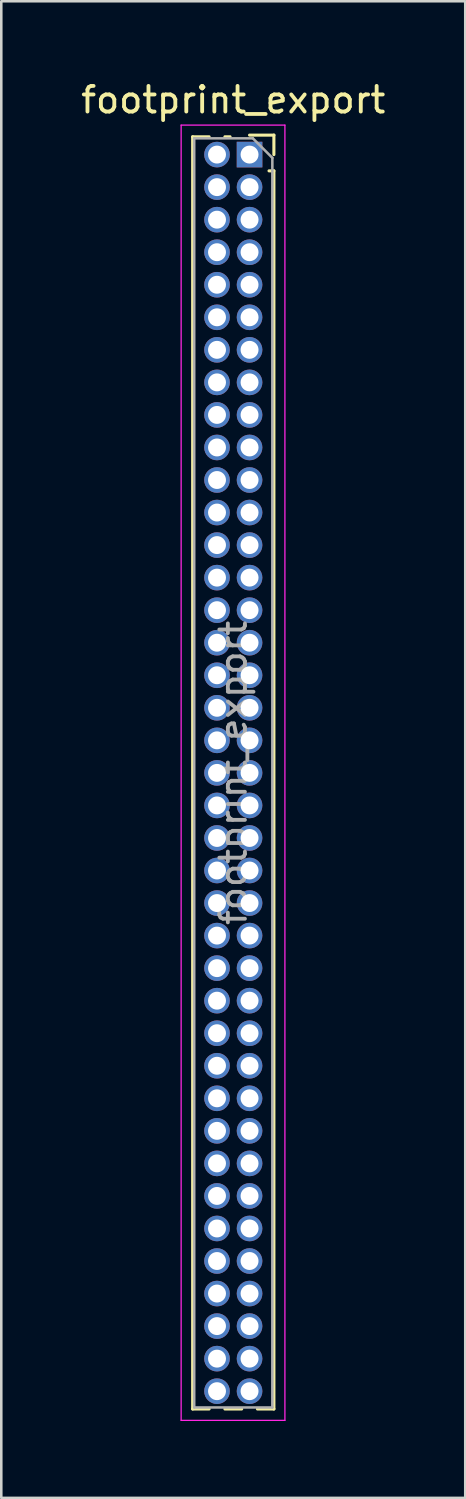
<source format=kicad_pcb>
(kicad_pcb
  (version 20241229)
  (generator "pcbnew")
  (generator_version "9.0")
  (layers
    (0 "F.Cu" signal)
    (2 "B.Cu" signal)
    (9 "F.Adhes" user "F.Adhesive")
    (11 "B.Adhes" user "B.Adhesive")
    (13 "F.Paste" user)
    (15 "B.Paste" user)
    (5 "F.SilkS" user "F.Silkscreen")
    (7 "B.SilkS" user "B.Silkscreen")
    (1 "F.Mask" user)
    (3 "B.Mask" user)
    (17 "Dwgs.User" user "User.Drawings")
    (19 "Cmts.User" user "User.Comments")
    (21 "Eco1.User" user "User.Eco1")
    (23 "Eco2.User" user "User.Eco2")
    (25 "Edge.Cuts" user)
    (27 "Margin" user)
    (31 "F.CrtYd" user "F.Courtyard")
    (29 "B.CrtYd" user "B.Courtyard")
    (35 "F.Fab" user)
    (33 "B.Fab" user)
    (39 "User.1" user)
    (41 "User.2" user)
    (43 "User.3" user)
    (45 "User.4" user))
  (footprint "footprint_export"
    (layer "F.Cu")
    (at 6.689 2.983)
    (property "Reference" "footprint_export" (at -0.635 -2.135 0) (layer "F.SilkS") (effects (font (size 1 1) (thickness 0.15))))
    (attr through_hole)
    (fp_line (start -2.22 -0.695) (end -2.22 48.955) (stroke (width 0.12) (type solid)) (layer "F.SilkS"))
    (fp_line (start -2.22 -0.695) (end -1.578 -0.695) (stroke (width 0.12) (type solid)) (layer "F.SilkS"))
    (fp_line (start -2.22 48.955) (end -1.578 48.955) (stroke (width 0.12) (type solid)) (layer "F.SilkS"))
    (fp_line (start -0.962 -0.695) (end -0.76 -0.695) (stroke (width 0.12) (type solid)) (layer "F.SilkS"))
    (fp_line (start -0.962 48.955) (end -0.308 48.955) (stroke (width 0.12) (type solid)) (layer "F.SilkS"))
    (fp_line (start 0 -0.76) (end 0.95 -0.76) (stroke (width 0.12) (type solid)) (layer "F.SilkS"))
    (fp_line (start 0.308 48.955) (end 0.95 48.955) (stroke (width 0.12) (type solid)) (layer "F.SilkS"))
    (fp_line (start 0.76 0.635) (end 0.95 0.635) (stroke (width 0.12) (type solid)) (layer "F.SilkS"))
    (fp_line (start 0.95 -0.76) (end 0.95 0) (stroke (width 0.12) (type solid)) (layer "F.SilkS"))
    (fp_line (start 0.95 0.635) (end 0.95 48.955) (stroke (width 0.12) (type solid)) (layer "F.SilkS"))
    (fp_line (start -2.67 -1.15) (end 1.38 -1.15) (stroke (width 0.05) (type solid)) (layer "F.CrtYd"))
    (fp_line (start -2.67 49.4) (end -2.67 -1.15) (stroke (width 0.05) (type solid)) (layer "F.CrtYd"))
    (fp_line (start 1.38 -1.15) (end 1.38 49.4) (stroke (width 0.05) (type solid)) (layer "F.CrtYd"))
    (fp_line (start 1.38 49.4) (end -2.67 49.4) (stroke (width 0.05) (type solid)) (layer "F.CrtYd"))
    (fp_line (start -2.16 -0.635) (end 0.128 -0.635) (stroke (width 0.1) (type solid)) (layer "F.Fab"))
    (fp_line (start -2.16 48.895) (end -2.16 -0.635) (stroke (width 0.1) (type solid)) (layer "F.Fab"))
    (fp_line (start 0.128 -0.635) (end 0.89 0.128) (stroke (width 0.1) (type solid)) (layer "F.Fab"))
    (fp_line (start 0.89 0.128) (end 0.89 48.895) (stroke (width 0.1) (type solid)) (layer "F.Fab"))
    (fp_line (start 0.89 48.895) (end -2.16 48.895) (stroke (width 0.1) (type solid)) (layer "F.Fab"))
    (fp_text user "${REFERENCE}" (at -0.635 24.13 90) (layer "F.Fab") (effects (font (size 1 1) (thickness 0.15))))
    (pad "1" thru_hole rect (at 0 0) (size 1 1) (drill 0.7) (layers "*.Cu" "*.Mask"))
    (pad "2" thru_hole oval (at -1.27 0) (size 1 1) (drill 0.7) (layers "*.Cu" "*.Mask"))
    (pad "3" thru_hole oval (at 0 1.27) (size 1 1) (drill 0.7) (layers "*.Cu" "*.Mask"))
    (pad "4" thru_hole oval (at -1.27 1.27) (size 1 1) (drill 0.7) (layers "*.Cu" "*.Mask"))
    (pad "5" thru_hole oval (at 0 2.54) (size 1 1) (drill 0.7) (layers "*.Cu" "*.Mask"))
    (pad "6" thru_hole oval (at -1.27 2.54) (size 1 1) (drill 0.7) (layers "*.Cu" "*.Mask"))
    (pad "7" thru_hole oval (at 0 3.81) (size 1 1) (drill 0.7) (layers "*.Cu" "*.Mask"))
    (pad "8" thru_hole oval (at -1.27 3.81) (size 1 1) (drill 0.7) (layers "*.Cu" "*.Mask"))
    (pad "9" thru_hole oval (at 0 5.08) (size 1 1) (drill 0.7) (layers "*.Cu" "*.Mask"))
    (pad "10" thru_hole oval (at -1.27 5.08) (size 1 1) (drill 0.7) (layers "*.Cu" "*.Mask"))
    (pad "11" thru_hole oval (at 0 6.35) (size 1 1) (drill 0.7) (layers "*.Cu" "*.Mask"))
    (pad "12" thru_hole oval (at -1.27 6.35) (size 1 1) (drill 0.7) (layers "*.Cu" "*.Mask"))
    (pad "13" thru_hole oval (at 0 7.62) (size 1 1) (drill 0.7) (layers "*.Cu" "*.Mask"))
    (pad "14" thru_hole oval (at -1.27 7.62) (size 1 1) (drill 0.7) (layers "*.Cu" "*.Mask"))
    (pad "15" thru_hole oval (at 0 8.89) (size 1 1) (drill 0.7) (layers "*.Cu" "*.Mask"))
    (pad "16" thru_hole oval (at -1.27 8.89) (size 1 1) (drill 0.7) (layers "*.Cu" "*.Mask"))
    (pad "17" thru_hole oval (at 0 10.16) (size 1 1) (drill 0.7) (layers "*.Cu" "*.Mask"))
    (pad "18" thru_hole oval (at -1.27 10.16) (size 1 1) (drill 0.7) (layers "*.Cu" "*.Mask"))
    (pad "19" thru_hole oval (at 0 11.43) (size 1 1) (drill 0.7) (layers "*.Cu" "*.Mask"))
    (pad "20" thru_hole oval (at -1.27 11.43) (size 1 1) (drill 0.7) (layers "*.Cu" "*.Mask"))
    (pad "21" thru_hole oval (at 0 12.7) (size 1 1) (drill 0.7) (layers "*.Cu" "*.Mask"))
    (pad "22" thru_hole oval (at -1.27 12.7) (size 1 1) (drill 0.7) (layers "*.Cu" "*.Mask"))
    (pad "23" thru_hole oval (at 0 13.97) (size 1 1) (drill 0.7) (layers "*.Cu" "*.Mask"))
    (pad "24" thru_hole oval (at -1.27 13.97) (size 1 1) (drill 0.7) (layers "*.Cu" "*.Mask"))
    (pad "25" thru_hole oval (at 0 15.24) (size 1 1) (drill 0.7) (layers "*.Cu" "*.Mask"))
    (pad "26" thru_hole oval (at -1.27 15.24) (size 1 1) (drill 0.7) (layers "*.Cu" "*.Mask"))
    (pad "27" thru_hole oval (at 0 16.51) (size 1 1) (drill 0.7) (layers "*.Cu" "*.Mask"))
    (pad "28" thru_hole oval (at -1.27 16.51) (size 1 1) (drill 0.7) (layers "*.Cu" "*.Mask"))
    (pad "29" thru_hole oval (at 0 17.78) (size 1 1) (drill 0.7) (layers "*.Cu" "*.Mask"))
    (pad "30" thru_hole oval (at -1.27 17.78) (size 1 1) (drill 0.7) (layers "*.Cu" "*.Mask"))
    (pad "31" thru_hole oval (at 0 19.05) (size 1 1) (drill 0.7) (layers "*.Cu" "*.Mask"))
    (pad "32" thru_hole oval (at -1.27 19.05) (size 1 1) (drill 0.7) (layers "*.Cu" "*.Mask"))
    (pad "33" thru_hole oval (at 0 20.32) (size 1 1) (drill 0.7) (layers "*.Cu" "*.Mask"))
    (pad "34" thru_hole oval (at -1.27 20.32) (size 1 1) (drill 0.7) (layers "*.Cu" "*.Mask"))
    (pad "35" thru_hole oval (at 0 21.59) (size 1 1) (drill 0.7) (layers "*.Cu" "*.Mask"))
    (pad "36" thru_hole oval (at -1.27 21.59) (size 1 1) (drill 0.7) (layers "*.Cu" "*.Mask"))
    (pad "37" thru_hole oval (at 0 22.86) (size 1 1) (drill 0.7) (layers "*.Cu" "*.Mask"))
    (pad "38" thru_hole oval (at -1.27 22.86) (size 1 1) (drill 0.7) (layers "*.Cu" "*.Mask"))
    (pad "39" thru_hole oval (at 0 24.13) (size 1 1) (drill 0.7) (layers "*.Cu" "*.Mask"))
    (pad "40" thru_hole oval (at -1.27 24.13) (size 1 1) (drill 0.7) (layers "*.Cu" "*.Mask"))
    (pad "41" thru_hole oval (at 0 25.4) (size 1 1) (drill 0.7) (layers "*.Cu" "*.Mask"))
    (pad "42" thru_hole oval (at -1.27 25.4) (size 1 1) (drill 0.7) (layers "*.Cu" "*.Mask"))
    (pad "43" thru_hole oval (at 0 26.67) (size 1 1) (drill 0.7) (layers "*.Cu" "*.Mask"))
    (pad "44" thru_hole oval (at -1.27 26.67) (size 1 1) (drill 0.7) (layers "*.Cu" "*.Mask"))
    (pad "45" thru_hole oval (at 0 27.94) (size 1 1) (drill 0.7) (layers "*.Cu" "*.Mask"))
    (pad "46" thru_hole oval (at -1.27 27.94) (size 1 1) (drill 0.7) (layers "*.Cu" "*.Mask"))
    (pad "47" thru_hole oval (at 0 29.21) (size 1 1) (drill 0.7) (layers "*.Cu" "*.Mask"))
    (pad "48" thru_hole oval (at -1.27 29.21) (size 1 1) (drill 0.7) (layers "*.Cu" "*.Mask"))
    (pad "49" thru_hole oval (at 0 30.48) (size 1 1) (drill 0.7) (layers "*.Cu" "*.Mask"))
    (pad "50" thru_hole oval (at -1.27 30.48) (size 1 1) (drill 0.7) (layers "*.Cu" "*.Mask"))
    (pad "51" thru_hole oval (at 0 31.75) (size 1 1) (drill 0.7) (layers "*.Cu" "*.Mask"))
    (pad "52" thru_hole oval (at -1.27 31.75) (size 1 1) (drill 0.7) (layers "*.Cu" "*.Mask"))
    (pad "53" thru_hole oval (at 0 33.02) (size 1 1) (drill 0.7) (layers "*.Cu" "*.Mask"))
    (pad "54" thru_hole oval (at -1.27 33.02) (size 1 1) (drill 0.7) (layers "*.Cu" "*.Mask"))
    (pad "55" thru_hole oval (at 0 34.29) (size 1 1) (drill 0.7) (layers "*.Cu" "*.Mask"))
    (pad "56" thru_hole oval (at -1.27 34.29) (size 1 1) (drill 0.7) (layers "*.Cu" "*.Mask"))
    (pad "57" thru_hole oval (at 0 35.56) (size 1 1) (drill 0.7) (layers "*.Cu" "*.Mask"))
    (pad "58" thru_hole oval (at -1.27 35.56) (size 1 1) (drill 0.7) (layers "*.Cu" "*.Mask"))
    (pad "59" thru_hole oval (at 0 36.83) (size 1 1) (drill 0.7) (layers "*.Cu" "*.Mask"))
    (pad "60" thru_hole oval (at -1.27 36.83) (size 1 1) (drill 0.7) (layers "*.Cu" "*.Mask"))
    (pad "61" thru_hole oval (at 0 38.1) (size 1 1) (drill 0.7) (layers "*.Cu" "*.Mask"))
    (pad "62" thru_hole oval (at -1.27 38.1) (size 1 1) (drill 0.7) (layers "*.Cu" "*.Mask"))
    (pad "63" thru_hole oval (at 0 39.37) (size 1 1) (drill 0.7) (layers "*.Cu" "*.Mask"))
    (pad "64" thru_hole oval (at -1.27 39.37) (size 1 1) (drill 0.7) (layers "*.Cu" "*.Mask"))
    (pad "65" thru_hole oval (at 0 40.64) (size 1 1) (drill 0.7) (layers "*.Cu" "*.Mask"))
    (pad "66" thru_hole oval (at -1.27 40.64) (size 1 1) (drill 0.7) (layers "*.Cu" "*.Mask"))
    (pad "67" thru_hole oval (at 0 41.91) (size 1 1) (drill 0.7) (layers "*.Cu" "*.Mask"))
    (pad "68" thru_hole oval (at -1.27 41.91) (size 1 1) (drill 0.7) (layers "*.Cu" "*.Mask"))
    (pad "69" thru_hole oval (at 0 43.18) (size 1 1) (drill 0.7) (layers "*.Cu" "*.Mask"))
    (pad "70" thru_hole oval (at -1.27 43.18) (size 1 1) (drill 0.7) (layers "*.Cu" "*.Mask"))
    (pad "71" thru_hole oval (at 0 44.45) (size 1 1) (drill 0.7) (layers "*.Cu" "*.Mask"))
    (pad "72" thru_hole oval (at -1.27 44.45) (size 1 1) (drill 0.7) (layers "*.Cu" "*.Mask"))
    (pad "73" thru_hole oval (at 0 45.72) (size 1 1) (drill 0.7) (layers "*.Cu" "*.Mask"))
    (pad "74" thru_hole oval (at -1.27 45.72) (size 1 1) (drill 0.7) (layers "*.Cu" "*.Mask"))
    (pad "75" thru_hole oval (at 0 46.99) (size 1 1) (drill 0.7) (layers "*.Cu" "*.Mask"))
    (pad "76" thru_hole oval (at -1.27 46.99) (size 1 1) (drill 0.7) (layers "*.Cu" "*.Mask"))
    (pad "77" thru_hole oval (at 0 48.26) (size 1 1) (drill 0.7) (layers "*.Cu" "*.Mask"))
    (pad "78" thru_hole oval (at -1.27 48.26) (size 1 1) (drill 0.7) (layers "*.Cu" "*.Mask")))
  (gr_rect
    (start -3 -3)
    (end 15.107 55.408)
    (stroke (width 0.1) (type default))
    (fill no)
    (layer "Edge.Cuts")))
</source>
